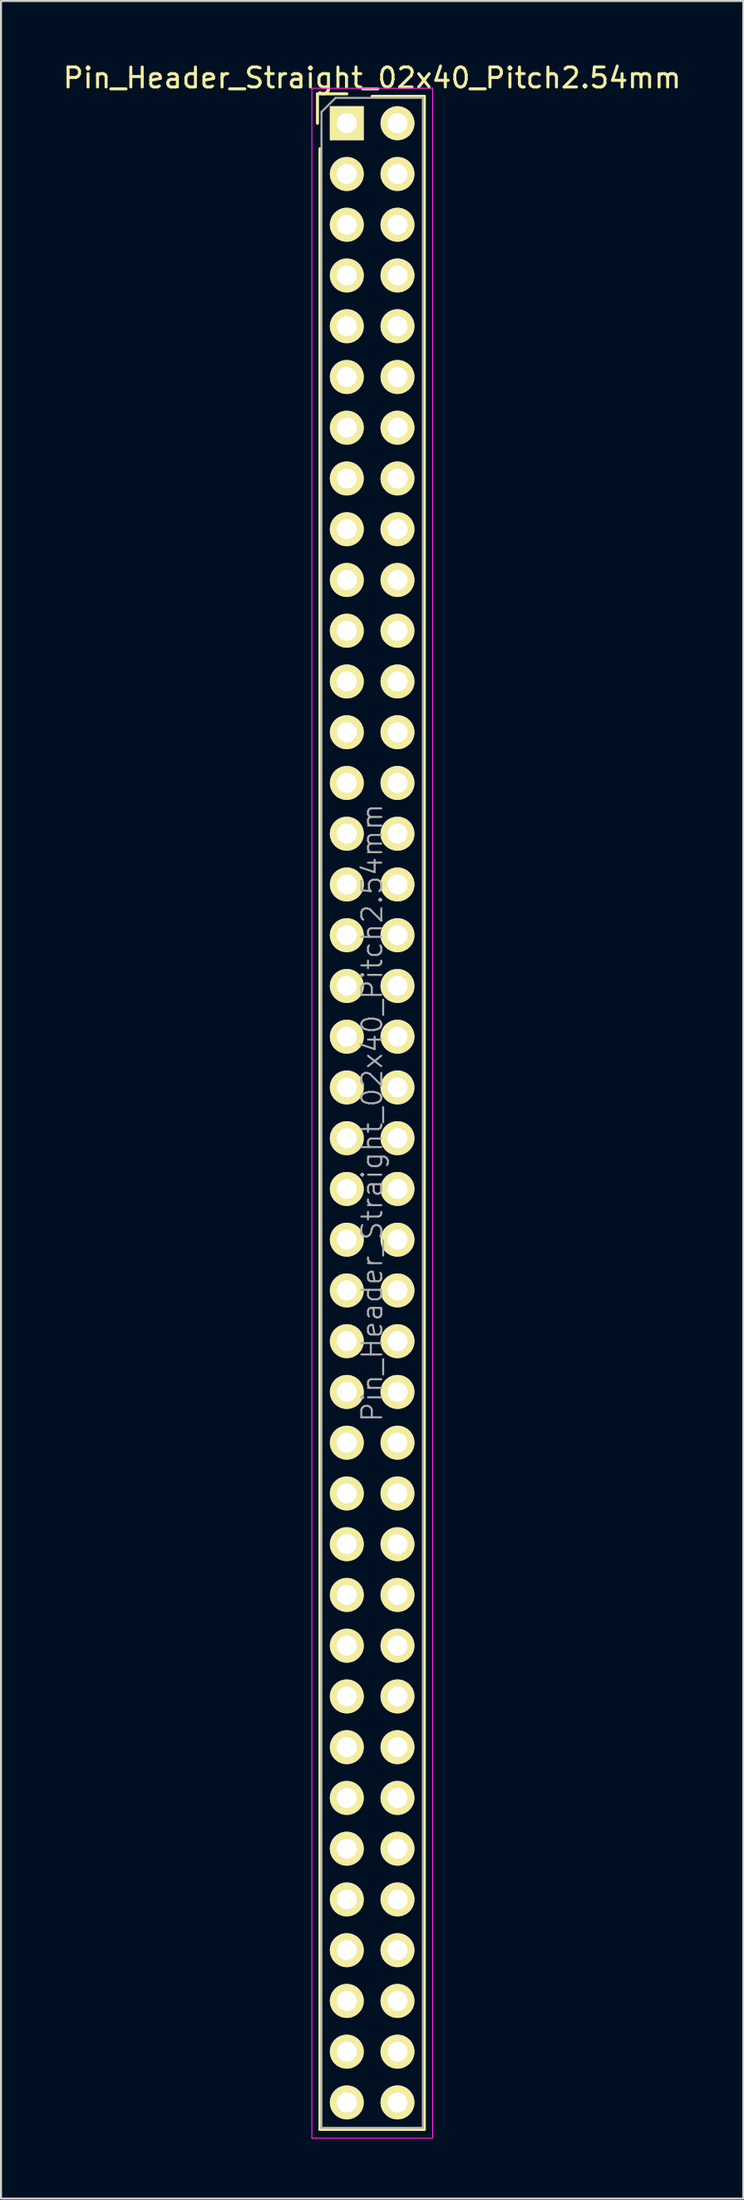
<source format=kicad_pcb>
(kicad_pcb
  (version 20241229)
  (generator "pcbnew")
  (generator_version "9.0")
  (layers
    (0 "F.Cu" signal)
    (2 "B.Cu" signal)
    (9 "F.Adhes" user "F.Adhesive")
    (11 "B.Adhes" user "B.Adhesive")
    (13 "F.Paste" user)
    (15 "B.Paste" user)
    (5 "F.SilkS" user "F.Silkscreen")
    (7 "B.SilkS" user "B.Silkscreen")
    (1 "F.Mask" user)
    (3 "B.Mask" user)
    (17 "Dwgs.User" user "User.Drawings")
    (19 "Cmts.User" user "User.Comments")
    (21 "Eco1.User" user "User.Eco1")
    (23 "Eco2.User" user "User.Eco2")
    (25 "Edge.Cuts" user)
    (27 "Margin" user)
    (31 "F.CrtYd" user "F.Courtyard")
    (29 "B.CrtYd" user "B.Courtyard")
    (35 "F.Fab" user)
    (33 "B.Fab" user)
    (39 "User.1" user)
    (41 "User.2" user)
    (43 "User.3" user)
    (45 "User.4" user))
  (footprint "Pin_Header_Straight_02x40_Pitch2.54mm"
    (layer "F.Cu")
    (at 14.331 3.118)
    (property "Reference" "Pin_Header_Straight_02x40_Pitch2.54mm" (at 1.27 -2.27 0) (layer "F.SilkS") (effects (font (size 1 1) (thickness 0.15))))
    (attr smd)
    (fp_line (start -1.47 -1.47) (end -1.47 0) (stroke (width 0.15) (type solid)) (layer "F.SilkS"))
    (fp_line (start -1.47 -1.47) (end 0 -1.47) (stroke (width 0.15) (type solid)) (layer "F.SilkS"))
    (fp_line (start -1.345 1.27) (end -1.345 100.41) (stroke (width 0.15) (type solid)) (layer "F.SilkS"))
    (fp_line (start -1.345 100.41) (end 3.885 100.41) (stroke (width 0.15) (type solid)) (layer "F.SilkS"))
    (fp_line (start 1.27 -1.345) (end 3.885 -1.345) (stroke (width 0.15) (type solid)) (layer "F.SilkS"))
    (fp_line (start 3.885 -1.345) (end 3.885 100.41) (stroke (width 0.15) (type solid)) (layer "F.SilkS"))
    (fp_line (start -1.75 -1.75) (end -1.75 100.85) (stroke (width 0.05) (type solid)) (layer "F.CrtYd"))
    (fp_line (start 4.3 -1.75) (end -1.75 -1.75) (stroke (width 0.05) (type solid)) (layer "F.CrtYd"))
    (fp_line (start 4.3 -1.75) (end 4.3 100.85) (stroke (width 0.05) (type solid)) (layer "F.CrtYd"))
    (fp_line (start 4.3 100.85) (end -1.75 100.85) (stroke (width 0.05) (type solid)) (layer "F.CrtYd"))
    (fp_line (start -1.27 -0.563) (end -0.563 -1.27) (stroke (width 0.1) (type solid)) (layer "F.Fab"))
    (fp_line (start -1.27 100.33) (end -1.27 -0.563) (stroke (width 0.1) (type solid)) (layer "F.Fab"))
    (fp_line (start 3.81 -1.27) (end -0.563 -1.27) (stroke (width 0.1) (type solid)) (layer "F.Fab"))
    (fp_line (start 3.81 100.33) (end -1.27 100.33) (stroke (width 0.1) (type solid)) (layer "F.Fab"))
    (fp_line (start 3.81 100.33) (end 3.81 -1.27) (stroke (width 0.1) (type solid)) (layer "F.Fab"))
    (fp_text user "${REFERENCE}" (at 1.27 49.53 90) (layer "F.Fab") (effects (font (size 1 1) (thickness 0.1))))
    (pad "1" thru_hole rect (at 0 0) (size 1.7 1.7) (drill 1) (layers "*.Cu" "*.Mask" "F.SilkS"))
    (pad "2" thru_hole oval (at 2.54 0) (size 1.7 1.7) (drill 1) (layers "*.Cu" "*.Mask" "F.SilkS"))
    (pad "3" thru_hole oval (at 0 2.54) (size 1.7 1.7) (drill 1) (layers "*.Cu" "*.Mask" "F.SilkS"))
    (pad "4" thru_hole oval (at 2.54 2.54) (size 1.7 1.7) (drill 1) (layers "*.Cu" "*.Mask" "F.SilkS"))
    (pad "5" thru_hole oval (at 0 5.08) (size 1.7 1.7) (drill 1) (layers "*.Cu" "*.Mask" "F.SilkS"))
    (pad "6" thru_hole oval (at 2.54 5.08) (size 1.7 1.7) (drill 1) (layers "*.Cu" "*.Mask" "F.SilkS"))
    (pad "7" thru_hole oval (at 0 7.62) (size 1.7 1.7) (drill 1) (layers "*.Cu" "*.Mask" "F.SilkS"))
    (pad "8" thru_hole oval (at 2.54 7.62) (size 1.7 1.7) (drill 1) (layers "*.Cu" "*.Mask" "F.SilkS"))
    (pad "9" thru_hole oval (at 0 10.16) (size 1.7 1.7) (drill 1) (layers "*.Cu" "*.Mask" "F.SilkS"))
    (pad "10" thru_hole oval (at 2.54 10.16) (size 1.7 1.7) (drill 1) (layers "*.Cu" "*.Mask" "F.SilkS"))
    (pad "11" thru_hole oval (at 0 12.7) (size 1.7 1.7) (drill 1) (layers "*.Cu" "*.Mask" "F.SilkS"))
    (pad "12" thru_hole oval (at 2.54 12.7) (size 1.7 1.7) (drill 1) (layers "*.Cu" "*.Mask" "F.SilkS"))
    (pad "13" thru_hole oval (at 0 15.24) (size 1.7 1.7) (drill 1) (layers "*.Cu" "*.Mask" "F.SilkS"))
    (pad "14" thru_hole oval (at 2.54 15.24) (size 1.7 1.7) (drill 1) (layers "*.Cu" "*.Mask" "F.SilkS"))
    (pad "15" thru_hole oval (at 0 17.78) (size 1.7 1.7) (drill 1) (layers "*.Cu" "*.Mask" "F.SilkS"))
    (pad "16" thru_hole oval (at 2.54 17.78) (size 1.7 1.7) (drill 1) (layers "*.Cu" "*.Mask" "F.SilkS"))
    (pad "17" thru_hole oval (at 0 20.32) (size 1.7 1.7) (drill 1) (layers "*.Cu" "*.Mask" "F.SilkS"))
    (pad "18" thru_hole oval (at 2.54 20.32) (size 1.7 1.7) (drill 1) (layers "*.Cu" "*.Mask" "F.SilkS"))
    (pad "19" thru_hole oval (at 0 22.86) (size 1.7 1.7) (drill 1) (layers "*.Cu" "*.Mask" "F.SilkS"))
    (pad "20" thru_hole oval (at 2.54 22.86) (size 1.7 1.7) (drill 1) (layers "*.Cu" "*.Mask" "F.SilkS"))
    (pad "21" thru_hole oval (at 0 25.4) (size 1.7 1.7) (drill 1) (layers "*.Cu" "*.Mask" "F.SilkS"))
    (pad "22" thru_hole oval (at 2.54 25.4) (size 1.7 1.7) (drill 1) (layers "*.Cu" "*.Mask" "F.SilkS"))
    (pad "23" thru_hole oval (at 0 27.94) (size 1.7 1.7) (drill 1) (layers "*.Cu" "*.Mask" "F.SilkS"))
    (pad "24" thru_hole oval (at 2.54 27.94) (size 1.7 1.7) (drill 1) (layers "*.Cu" "*.Mask" "F.SilkS"))
    (pad "25" thru_hole oval (at 0 30.48) (size 1.7 1.7) (drill 1) (layers "*.Cu" "*.Mask" "F.SilkS"))
    (pad "26" thru_hole oval (at 2.54 30.48) (size 1.7 1.7) (drill 1) (layers "*.Cu" "*.Mask" "F.SilkS"))
    (pad "27" thru_hole oval (at 0 33.02) (size 1.7 1.7) (drill 1) (layers "*.Cu" "*.Mask" "F.SilkS"))
    (pad "28" thru_hole oval (at 2.54 33.02) (size 1.7 1.7) (drill 1) (layers "*.Cu" "*.Mask" "F.SilkS"))
    (pad "29" thru_hole oval (at 0 35.56) (size 1.7 1.7) (drill 1) (layers "*.Cu" "*.Mask" "F.SilkS"))
    (pad "30" thru_hole oval (at 2.54 35.56) (size 1.7 1.7) (drill 1) (layers "*.Cu" "*.Mask" "F.SilkS"))
    (pad "31" thru_hole oval (at 0 38.1) (size 1.7 1.7) (drill 1) (layers "*.Cu" "*.Mask" "F.SilkS"))
    (pad "32" thru_hole oval (at 2.54 38.1) (size 1.7 1.7) (drill 1) (layers "*.Cu" "*.Mask" "F.SilkS"))
    (pad "33" thru_hole oval (at 0 40.64) (size 1.7 1.7) (drill 1) (layers "*.Cu" "*.Mask" "F.SilkS"))
    (pad "34" thru_hole oval (at 2.54 40.64) (size 1.7 1.7) (drill 1) (layers "*.Cu" "*.Mask" "F.SilkS"))
    (pad "35" thru_hole oval (at 0 43.18) (size 1.7 1.7) (drill 1) (layers "*.Cu" "*.Mask" "F.SilkS"))
    (pad "36" thru_hole oval (at 2.54 43.18) (size 1.7 1.7) (drill 1) (layers "*.Cu" "*.Mask" "F.SilkS"))
    (pad "37" thru_hole oval (at 0 45.72) (size 1.7 1.7) (drill 1) (layers "*.Cu" "*.Mask" "F.SilkS"))
    (pad "38" thru_hole oval (at 2.54 45.72) (size 1.7 1.7) (drill 1) (layers "*.Cu" "*.Mask" "F.SilkS"))
    (pad "39" thru_hole oval (at 0 48.26) (size 1.7 1.7) (drill 1) (layers "*.Cu" "*.Mask" "F.SilkS"))
    (pad "40" thru_hole oval (at 2.54 48.26) (size 1.7 1.7) (drill 1) (layers "*.Cu" "*.Mask" "F.SilkS"))
    (pad "41" thru_hole oval (at 0 50.8) (size 1.7 1.7) (drill 1) (layers "*.Cu" "*.Mask" "F.SilkS"))
    (pad "42" thru_hole oval (at 2.54 50.8) (size 1.7 1.7) (drill 1) (layers "*.Cu" "*.Mask" "F.SilkS"))
    (pad "43" thru_hole oval (at 0 53.34) (size 1.7 1.7) (drill 1) (layers "*.Cu" "*.Mask" "F.SilkS"))
    (pad "44" thru_hole oval (at 2.54 53.34) (size 1.7 1.7) (drill 1) (layers "*.Cu" "*.Mask" "F.SilkS"))
    (pad "45" thru_hole oval (at 0 55.88) (size 1.7 1.7) (drill 1) (layers "*.Cu" "*.Mask" "F.SilkS"))
    (pad "46" thru_hole oval (at 2.54 55.88) (size 1.7 1.7) (drill 1) (layers "*.Cu" "*.Mask" "F.SilkS"))
    (pad "47" thru_hole oval (at 0 58.42) (size 1.7 1.7) (drill 1) (layers "*.Cu" "*.Mask" "F.SilkS"))
    (pad "48" thru_hole oval (at 2.54 58.42) (size 1.7 1.7) (drill 1) (layers "*.Cu" "*.Mask" "F.SilkS"))
    (pad "49" thru_hole oval (at 0 60.96) (size 1.7 1.7) (drill 1) (layers "*.Cu" "*.Mask" "F.SilkS"))
    (pad "50" thru_hole oval (at 2.54 60.96) (size 1.7 1.7) (drill 1) (layers "*.Cu" "*.Mask" "F.SilkS"))
    (pad "51" thru_hole oval (at 0 63.5) (size 1.7 1.7) (drill 1) (layers "*.Cu" "*.Mask" "F.SilkS"))
    (pad "52" thru_hole oval (at 2.54 63.5) (size 1.7 1.7) (drill 1) (layers "*.Cu" "*.Mask" "F.SilkS"))
    (pad "53" thru_hole oval (at 0 66.04) (size 1.7 1.7) (drill 1) (layers "*.Cu" "*.Mask" "F.SilkS"))
    (pad "54" thru_hole oval (at 2.54 66.04) (size 1.7 1.7) (drill 1) (layers "*.Cu" "*.Mask" "F.SilkS"))
    (pad "55" thru_hole oval (at 0 68.58) (size 1.7 1.7) (drill 1) (layers "*.Cu" "*.Mask" "F.SilkS"))
    (pad "56" thru_hole oval (at 2.54 68.58) (size 1.7 1.7) (drill 1) (layers "*.Cu" "*.Mask" "F.SilkS"))
    (pad "57" thru_hole oval (at 0 71.12) (size 1.7 1.7) (drill 1) (layers "*.Cu" "*.Mask" "F.SilkS"))
    (pad "58" thru_hole oval (at 2.54 71.12) (size 1.7 1.7) (drill 1) (layers "*.Cu" "*.Mask" "F.SilkS"))
    (pad "59" thru_hole oval (at 0 73.66) (size 1.7 1.7) (drill 1) (layers "*.Cu" "*.Mask" "F.SilkS"))
    (pad "60" thru_hole oval (at 2.54 73.66) (size 1.7 1.7) (drill 1) (layers "*.Cu" "*.Mask" "F.SilkS"))
    (pad "61" thru_hole oval (at 0 76.2) (size 1.7 1.7) (drill 1) (layers "*.Cu" "*.Mask" "F.SilkS"))
    (pad "62" thru_hole oval (at 2.54 76.2) (size 1.7 1.7) (drill 1) (layers "*.Cu" "*.Mask" "F.SilkS"))
    (pad "63" thru_hole oval (at 0 78.74) (size 1.7 1.7) (drill 1) (layers "*.Cu" "*.Mask" "F.SilkS"))
    (pad "64" thru_hole oval (at 2.54 78.74) (size 1.7 1.7) (drill 1) (layers "*.Cu" "*.Mask" "F.SilkS"))
    (pad "65" thru_hole oval (at 0 81.28) (size 1.7 1.7) (drill 1) (layers "*.Cu" "*.Mask" "F.SilkS"))
    (pad "66" thru_hole oval (at 2.54 81.28) (size 1.7 1.7) (drill 1) (layers "*.Cu" "*.Mask" "F.SilkS"))
    (pad "67" thru_hole oval (at 0 83.82) (size 1.7 1.7) (drill 1) (layers "*.Cu" "*.Mask" "F.SilkS"))
    (pad "68" thru_hole oval (at 2.54 83.82) (size 1.7 1.7) (drill 1) (layers "*.Cu" "*.Mask" "F.SilkS"))
    (pad "69" thru_hole oval (at 0 86.36) (size 1.7 1.7) (drill 1) (layers "*.Cu" "*.Mask" "F.SilkS"))
    (pad "70" thru_hole oval (at 2.54 86.36) (size 1.7 1.7) (drill 1) (layers "*.Cu" "*.Mask" "F.SilkS"))
    (pad "71" thru_hole oval (at 0 88.9) (size 1.7 1.7) (drill 1) (layers "*.Cu" "*.Mask" "F.SilkS"))
    (pad "72" thru_hole oval (at 2.54 88.9) (size 1.7 1.7) (drill 1) (layers "*.Cu" "*.Mask" "F.SilkS"))
    (pad "73" thru_hole oval (at 0 91.44) (size 1.7 1.7) (drill 1) (layers "*.Cu" "*.Mask" "F.SilkS"))
    (pad "74" thru_hole oval (at 2.54 91.44) (size 1.7 1.7) (drill 1) (layers "*.Cu" "*.Mask" "F.SilkS"))
    (pad "75" thru_hole oval (at 0 93.98) (size 1.7 1.7) (drill 1) (layers "*.Cu" "*.Mask" "F.SilkS"))
    (pad "76" thru_hole oval (at 2.54 93.98) (size 1.7 1.7) (drill 1) (layers "*.Cu" "*.Mask" "F.SilkS"))
    (pad "77" thru_hole oval (at 0 96.52) (size 1.7 1.7) (drill 1) (layers "*.Cu" "*.Mask" "F.SilkS"))
    (pad "78" thru_hole oval (at 2.54 96.52) (size 1.7 1.7) (drill 1) (layers "*.Cu" "*.Mask" "F.SilkS"))
    (pad "79" thru_hole oval (at 0 99.06) (size 1.7 1.7) (drill 1) (layers "*.Cu" "*.Mask" "F.SilkS"))
    (pad "80" thru_hole oval (at 2.54 99.06) (size 1.7 1.7) (drill 1) (layers "*.Cu" "*.Mask" "F.SilkS")))
  (gr_rect
    (start -3 -3)
    (end 34.202 106.993)
    (stroke (width 0.1) (type default))
    (fill no)
    (layer "Edge.Cuts")))
</source>
